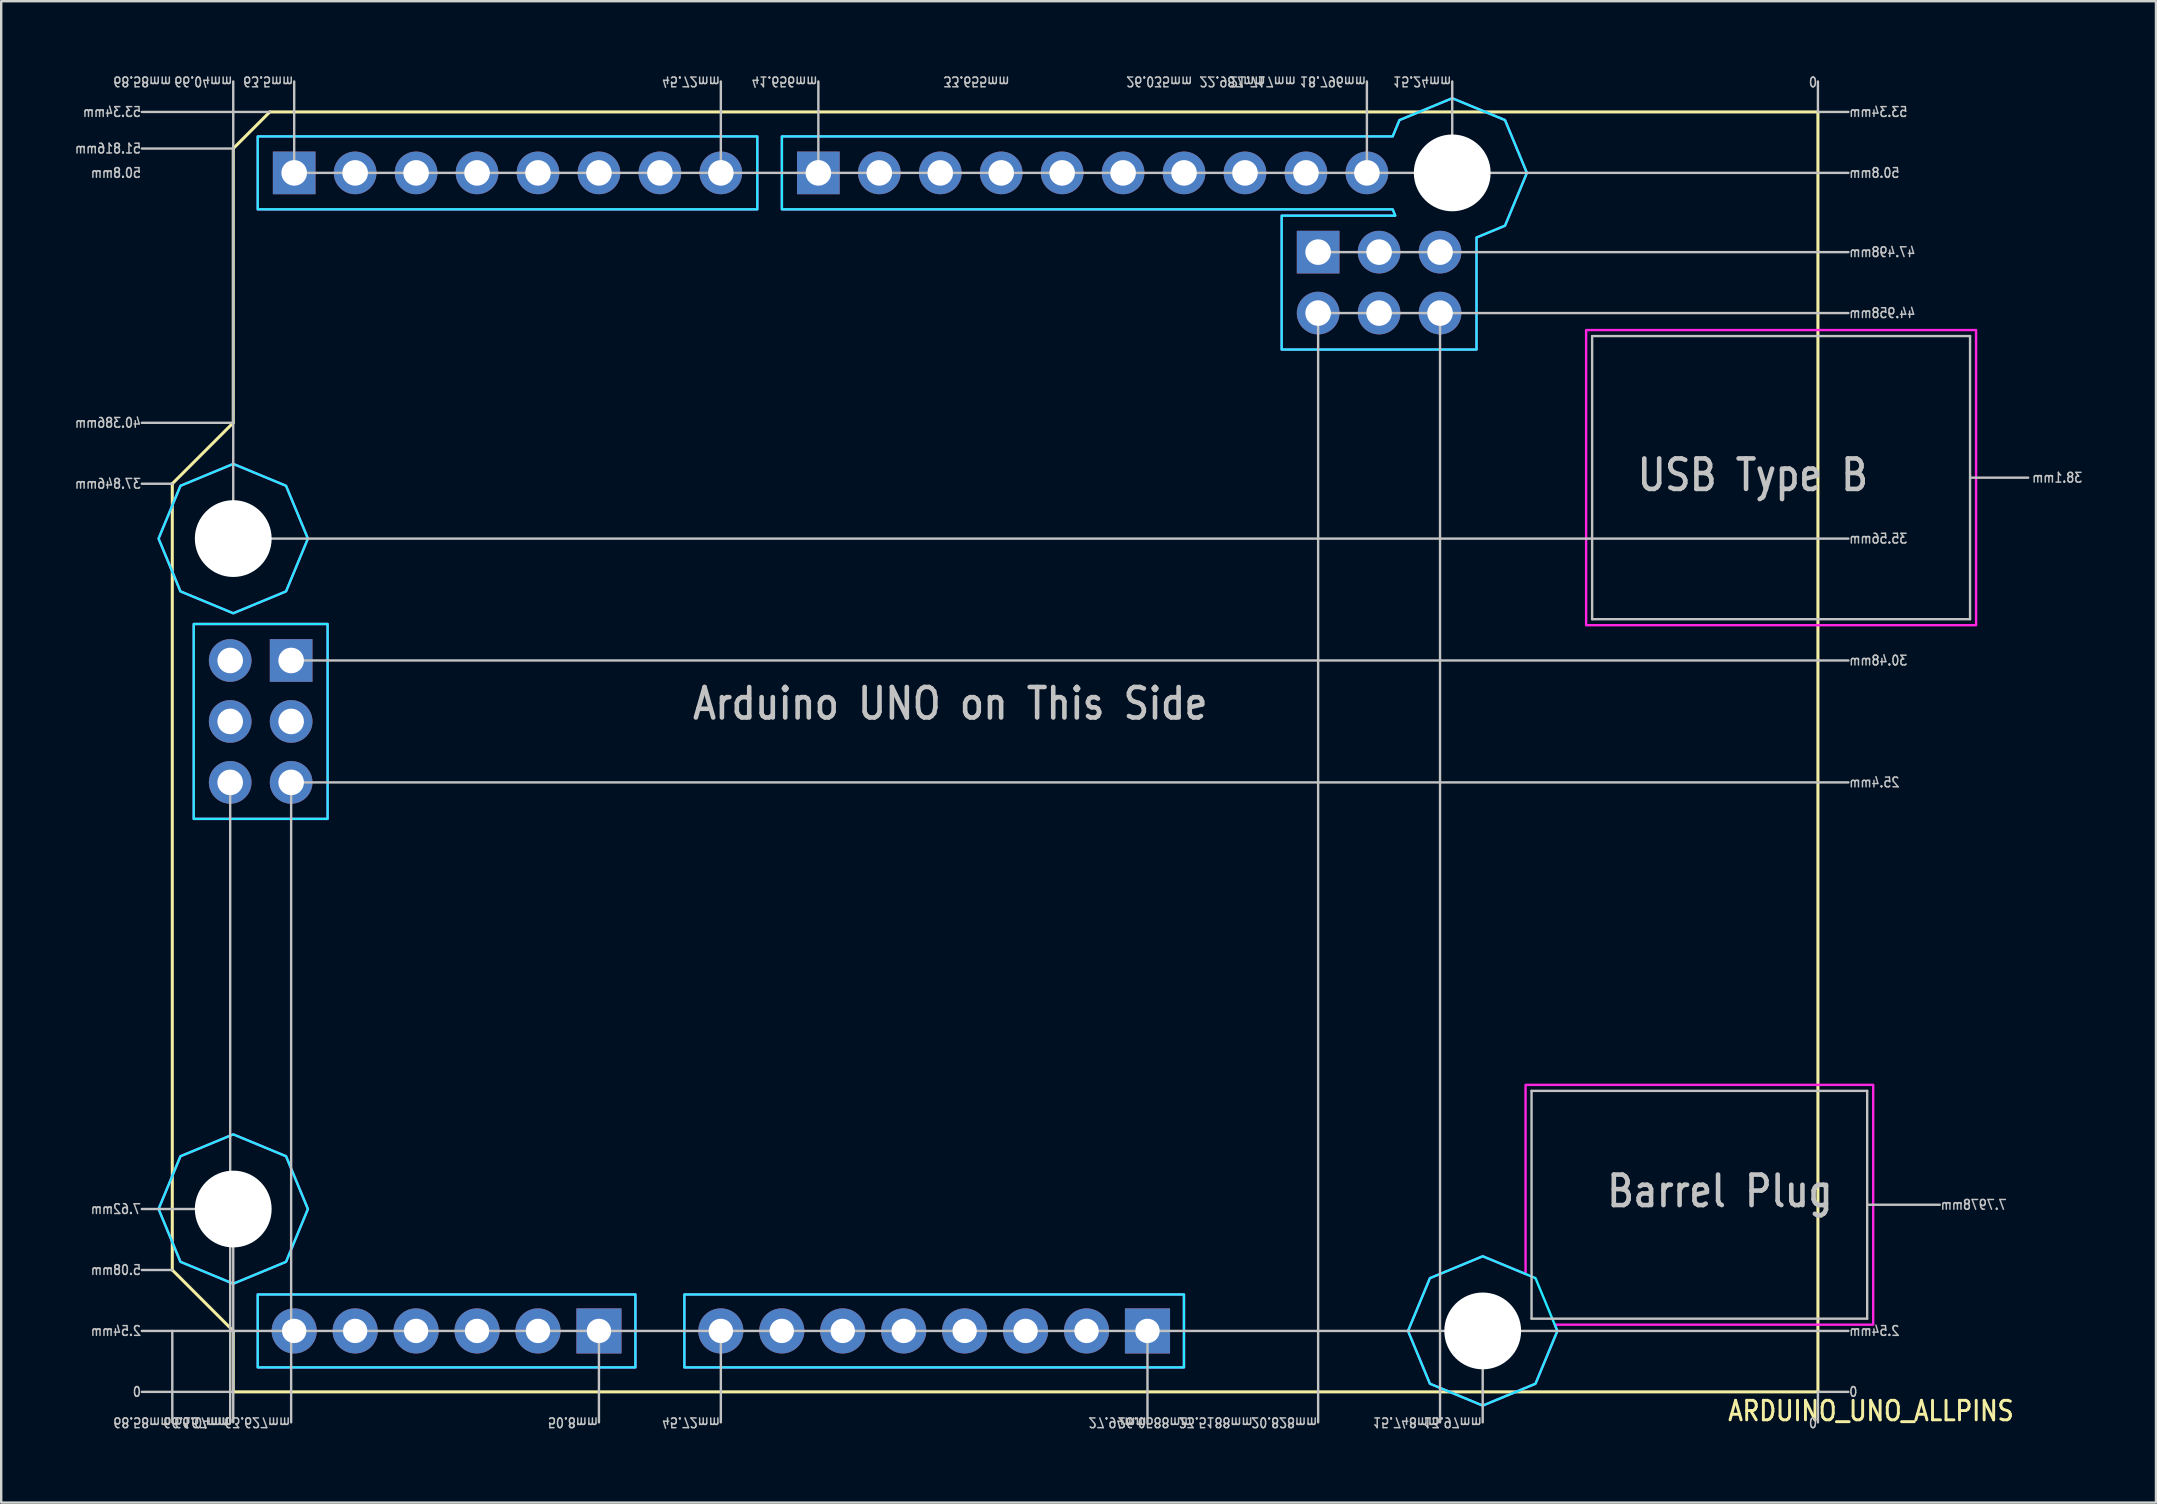
<source format=kicad_pcb>
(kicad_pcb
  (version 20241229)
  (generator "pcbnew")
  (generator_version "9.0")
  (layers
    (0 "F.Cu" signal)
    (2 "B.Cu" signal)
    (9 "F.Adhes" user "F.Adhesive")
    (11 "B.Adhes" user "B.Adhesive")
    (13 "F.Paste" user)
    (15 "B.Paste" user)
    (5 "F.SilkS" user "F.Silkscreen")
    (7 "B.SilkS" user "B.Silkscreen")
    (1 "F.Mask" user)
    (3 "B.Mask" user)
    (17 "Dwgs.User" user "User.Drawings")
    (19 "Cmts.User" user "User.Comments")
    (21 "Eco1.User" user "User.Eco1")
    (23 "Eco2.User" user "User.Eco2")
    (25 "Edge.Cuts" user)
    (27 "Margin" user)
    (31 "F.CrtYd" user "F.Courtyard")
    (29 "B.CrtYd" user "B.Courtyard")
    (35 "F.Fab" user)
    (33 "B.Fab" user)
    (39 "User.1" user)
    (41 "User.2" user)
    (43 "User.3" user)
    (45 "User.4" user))
  (footprint "ARDUINO_UNO_ALLPINS"
    (layer "F.Cu")
    (at 72.71 54.955)
    (property "Reference" "ARDUINO_UNO_ALLPINS" (at -3.81 1.27 0) (unlocked yes) (layer "F.SilkS") (effects (font (size 0.813 0.695) (thickness 0.122)) (justify left bottom)))
    (fp_circle (center -66.04 -35.56) (end -63.19 -35.56) (stroke (width 0) (type solid)) (fill yes) (layer "F.Mask"))
    (fp_circle (center -66.04 -35.56) (end -63.19 -35.56) (stroke (width 0) (type solid)) (fill yes) (layer "F.Mask"))
    (fp_circle (center -66.04 -7.62) (end -63.19 -7.62) (stroke (width 0) (type solid)) (fill yes) (layer "F.Mask"))
    (fp_circle (center -66.04 -7.62) (end -63.19 -7.62) (stroke (width 0) (type solid)) (fill yes) (layer "F.Mask"))
    (fp_circle (center -15.24 -50.8) (end -12.39 -50.8) (stroke (width 0) (type solid)) (fill yes) (layer "F.Mask"))
    (fp_circle (center -15.24 -50.8) (end -12.39 -50.8) (stroke (width 0) (type solid)) (fill yes) (layer "F.Mask"))
    (fp_circle (center -13.97 -2.54) (end -11.12 -2.54) (stroke (width 0) (type solid)) (fill yes) (layer "F.Mask"))
    (fp_circle (center -13.97 -2.54) (end -11.12 -2.54) (stroke (width 0) (type solid)) (fill yes) (layer "F.Mask"))
    (fp_circle (center -66.04 -35.56) (end -63.19 -35.56) (stroke (width 0) (type solid)) (fill yes) (layer "B.Mask"))
    (fp_circle (center -66.04 -7.62) (end -63.19 -7.62) (stroke (width 0) (type solid)) (fill yes) (layer "B.Mask"))
    (fp_circle (center -15.24 -50.8) (end -12.39 -50.8) (stroke (width 0) (type solid)) (fill yes) (layer "B.Mask"))
    (fp_circle (center -13.97 -2.54) (end -11.12 -2.54) (stroke (width 0) (type solid)) (fill yes) (layer "B.Mask"))
    (fp_line (start -68.58 -37.846) (end -68.58 -5.08) (stroke (width 0.127) (type solid)) (layer "F.SilkS"))
    (fp_line (start -68.58 -5.08) (end -66.04 -2.54) (stroke (width 0.127) (type solid)) (layer "F.SilkS"))
    (fp_line (start -66.04 -51.816) (end -66.04 -40.386) (stroke (width 0.127) (type solid)) (layer "F.SilkS"))
    (fp_line (start -66.04 -40.386) (end -68.58 -37.846) (stroke (width 0.127) (type solid)) (layer "F.SilkS"))
    (fp_line (start -66.04 -2.54) (end -66.04 0) (stroke (width 0.127) (type solid)) (layer "F.SilkS"))
    (fp_line (start -66.04 0) (end 0 0) (stroke (width 0.127) (type solid)) (layer "F.SilkS"))
    (fp_line (start -64.516 -53.34) (end -66.04 -51.816) (stroke (width 0.127) (type solid)) (layer "F.SilkS"))
    (fp_line (start 0 -53.34) (end -64.516 -53.34) (stroke (width 0.127) (type solid)) (layer "F.SilkS"))
    (fp_line (start 0 0) (end 0 -53.34) (stroke (width 0.127) (type solid)) (layer "F.SilkS"))
    (fp_line (start -68.58 -37.846) (end -69.85 -37.846) (stroke (width 0.1) (type solid)) (layer "Dwgs.User"))
    (fp_line (start -68.58 -5.08) (end -69.85 -5.08) (stroke (width 0.1) (type solid)) (layer "Dwgs.User"))
    (fp_line (start -68.58 -2.54) (end -68.58 1.27) (stroke (width 0.1) (type solid)) (layer "Dwgs.User"))
    (fp_line (start -66.167 -25.4) (end -66.167 1.27) (stroke (width 0.1) (type solid)) (layer "Dwgs.User"))
    (fp_line (start -66.04 -51.816) (end -69.85 -51.816) (stroke (width 0.1) (type solid)) (layer "Dwgs.User"))
    (fp_line (start -66.04 -40.386) (end -69.85 -40.386) (stroke (width 0.1) (type solid)) (layer "Dwgs.User"))
    (fp_line (start -66.04 -35.56) (end -66.04 -54.61) (stroke (width 0.1) (type solid)) (layer "Dwgs.User"))
    (fp_line (start -66.04 -35.56) (end 1.27 -35.56) (stroke (width 0.1) (type solid)) (layer "Dwgs.User"))
    (fp_line (start -66.04 -7.62) (end -69.85 -7.62) (stroke (width 0.1) (type solid)) (layer "Dwgs.User"))
    (fp_line (start -66.04 0) (end -69.85 0) (stroke (width 0.1) (type solid)) (layer "Dwgs.User"))
    (fp_line (start -66.04 1.27) (end -66.04 -7.62) (stroke (width 0.1) (type solid)) (layer "Dwgs.User"))
    (fp_line (start -64.516 -53.34) (end -69.85 -53.34) (stroke (width 0.1) (type solid)) (layer "Dwgs.User"))
    (fp_line (start -63.627 -25.4) (end -63.627 1.27) (stroke (width 0.1) (type solid)) (layer "Dwgs.User"))
    (fp_line (start -63.627 -25.4) (end 1.27 -25.4) (stroke (width 0.1) (type solid)) (layer "Dwgs.User"))
    (fp_line (start -63.5 -50.8) (end -63.5 -54.61) (stroke (width 0.1) (type solid)) (layer "Dwgs.User"))
    (fp_line (start -63.5 -50.8) (end -45.72 -50.8) (stroke (width 0.1) (type solid)) (layer "Dwgs.User"))
    (fp_line (start -63.5 -30.48) (end 1.27 -30.48) (stroke (width 0.1) (type solid)) (layer "Dwgs.User"))
    (fp_line (start -50.8 -2.54) (end -50.8 1.27) (stroke (width 0.1) (type solid)) (layer "Dwgs.User"))
    (fp_line (start -45.72 -50.8) (end -45.72 -54.61) (stroke (width 0.1) (type solid)) (layer "Dwgs.User"))
    (fp_line (start -45.72 -50.8) (end -41.656 -50.8) (stroke (width 0.1) (type solid)) (layer "Dwgs.User"))
    (fp_line (start -45.72 -2.54) (end -45.72 1.27) (stroke (width 0.1) (type solid)) (layer "Dwgs.User"))
    (fp_line (start -41.656 -50.8) (end -41.656 -54.61) (stroke (width 0.1) (type solid)) (layer "Dwgs.User"))
    (fp_line (start -41.656 -50.8) (end -18.796 -50.8) (stroke (width 0.1) (type solid)) (layer "Dwgs.User"))
    (fp_line (start -27.94 -2.54) (end -27.94 1.27) (stroke (width 0.1) (type solid)) (layer "Dwgs.User"))
    (fp_line (start -20.828 -47.498) (end 1.27 -47.498) (stroke (width 0.1) (type solid)) (layer "Dwgs.User"))
    (fp_line (start -20.828 -44.958) (end -20.828 1.27) (stroke (width 0.1) (type solid)) (layer "Dwgs.User"))
    (fp_line (start -20.828 -44.958) (end -15.748 -44.958) (stroke (width 0.1) (type solid)) (layer "Dwgs.User"))
    (fp_line (start -18.796 -50.8) (end -18.796 -54.61) (stroke (width 0.1) (type solid)) (layer "Dwgs.User"))
    (fp_line (start -18.796 -50.8) (end -15.24 -50.8) (stroke (width 0.1) (type solid)) (layer "Dwgs.User"))
    (fp_line (start -15.748 -44.958) (end -15.748 1.27) (stroke (width 0.1) (type solid)) (layer "Dwgs.User"))
    (fp_line (start -15.748 -44.958) (end 1.27 -44.958) (stroke (width 0.1) (type solid)) (layer "Dwgs.User"))
    (fp_line (start -15.24 -50.8) (end -15.24 -54.61) (stroke (width 0.1) (type solid)) (layer "Dwgs.User"))
    (fp_line (start -15.24 -50.8) (end 1.27 -50.8) (stroke (width 0.1) (type solid)) (layer "Dwgs.User"))
    (fp_line (start -13.97 -2.54) (end -69.85 -2.54) (stroke (width 0.1) (type solid)) (layer "Dwgs.User"))
    (fp_line (start -13.97 -2.54) (end -13.97 1.27) (stroke (width 0.1) (type solid)) (layer "Dwgs.User"))
    (fp_line (start -13.97 -2.54) (end 1.27 -2.54) (stroke (width 0.1) (type solid)) (layer "Dwgs.User"))
    (fp_line (start -11.934 -12.544) (end -11.934 -3.052) (stroke (width 0.1) (type solid)) (layer "Dwgs.User"))
    (fp_line (start -11.934 -3.052) (end 2.053 -3.052) (stroke (width 0.1) (type solid)) (layer "Dwgs.User"))
    (fp_line (start -9.41 -44) (end 6.34 -44) (stroke (width 0.1) (type solid)) (layer "Dwgs.User"))
    (fp_line (start -9.41 -32.2) (end -9.41 -44) (stroke (width 0.1) (type solid)) (layer "Dwgs.User"))
    (fp_line (start 0 -53.34) (end 0 -54.61) (stroke (width 0.1) (type solid)) (layer "Dwgs.User"))
    (fp_line (start 0 -53.34) (end 1.27 -53.34) (stroke (width 0.1) (type solid)) (layer "Dwgs.User"))
    (fp_line (start 0 0) (end 0 1.27) (stroke (width 0.1) (type solid)) (layer "Dwgs.User"))
    (fp_line (start 0 0) (end 1.27 0) (stroke (width 0.1) (type solid)) (layer "Dwgs.User"))
    (fp_line (start 2.053 -12.544) (end -11.934 -12.544) (stroke (width 0.1) (type solid)) (layer "Dwgs.User"))
    (fp_line (start 2.053 -7.798) (end 5.08 -7.798) (stroke (width 0.1) (type solid)) (layer "Dwgs.User"))
    (fp_line (start 2.053 -3.052) (end 2.053 -12.544) (stroke (width 0.1) (type solid)) (layer "Dwgs.User"))
    (fp_line (start 6.34 -44) (end 6.34 -32.2) (stroke (width 0.1) (type solid)) (layer "Dwgs.User"))
    (fp_line (start 6.34 -32.2) (end -9.41 -32.2) (stroke (width 0.1) (type solid)) (layer "Dwgs.User"))
    (fp_line (start 6.35 -38.1) (end 8.763 -38.1) (stroke (width 0.1) (type solid)) (layer "Dwgs.User"))
    (fp_poly (pts (xy -62.107 -32) (xy -67.687 -32) (xy -67.687 -23.88) (xy -62.107 -23.88)) (stroke (width 0.1) (type solid)) (fill no) (layer "B.CrtYd"))
    (fp_poly (pts (xy -49.28 -4.06) (xy -65.02 -4.06) (xy -65.02 -1.02) (xy -49.28 -1.02)) (stroke (width 0.1) (type solid)) (fill no) (layer "B.CrtYd"))
    (fp_poly (pts (xy -44.2 -52.32) (xy -65.02 -52.32) (xy -65.02 -49.28) (xy -44.2 -49.28)) (stroke (width 0.1) (type solid)) (fill no) (layer "B.CrtYd"))
    (fp_poly (pts (xy -26.42 -4.06) (xy -47.24 -4.06) (xy -47.24 -1.02) (xy -26.42 -1.02)) (stroke (width 0.1) (type solid)) (fill no) (layer "B.CrtYd"))
    (fp_poly (pts (xy -69.152 -35.56) (xy -68.24 -37.76) (xy -66.04 -38.672) (xy -63.84 -37.76) (xy -62.928 -35.56) (xy -63.84 -33.36) (xy -66.04 -32.448) (xy -68.24 -33.36)) (stroke (width 0.1) (type solid)) (fill no) (layer "B.CrtYd"))
    (fp_poly (pts (xy -69.152 -7.62) (xy -68.24 -9.82) (xy -66.04 -10.732) (xy -63.84 -9.82) (xy -62.928 -7.62) (xy -63.84 -5.42) (xy -66.04 -4.508) (xy -68.24 -5.42)) (stroke (width 0.1) (type solid)) (fill no) (layer "B.CrtYd"))
    (fp_poly (pts (xy -17.082 -2.54) (xy -16.17 -4.74) (xy -13.97 -5.652) (xy -11.77 -4.74) (xy -10.858 -2.54) (xy -11.77 -0.34) (xy -13.97 0.572) (xy -16.17 -0.34)) (stroke (width 0.1) (type solid)) (fill no) (layer "B.CrtYd"))
    (fp_poly (pts (xy -17.722 -52.32) (xy -17.44 -53) (xy -15.24 -53.912) (xy -13.04 -53) (xy -12.128 -50.8) (xy -13.04 -48.6) (xy -14.228 -48.107) (xy -14.228 -43.438) (xy -22.348 -43.438) (xy -22.348 -49.018) (xy -17.614 -49.018) (xy -17.722 -49.28) (xy -43.176 -49.28) (xy -43.176 -52.32)) (stroke (width 0.1) (type solid)) (fill no) (layer "B.CrtYd"))
    (fp_poly (pts (xy -62.107 -32) (xy -67.687 -32) (xy -67.687 -23.88) (xy -62.107 -23.88)) (stroke (width 0.1) (type solid)) (fill no) (layer "F.CrtYd"))
    (fp_poly (pts (xy -49.28 -4.06) (xy -65.02 -4.06) (xy -65.02 -1.02) (xy -49.28 -1.02)) (stroke (width 0.1) (type solid)) (fill no) (layer "F.CrtYd"))
    (fp_poly (pts (xy -44.2 -52.32) (xy -65.02 -52.32) (xy -65.02 -49.28) (xy -44.2 -49.28)) (stroke (width 0.1) (type solid)) (fill no) (layer "F.CrtYd"))
    (fp_poly (pts (xy -26.42 -4.06) (xy -47.24 -4.06) (xy -47.24 -1.02) (xy -26.42 -1.02)) (stroke (width 0.1) (type solid)) (fill no) (layer "F.CrtYd"))
    (fp_poly (pts (xy 6.59 -44.25) (xy -9.66 -44.25) (xy -9.66 -31.95) (xy 6.59 -31.95)) (stroke (width 0.1) (type solid)) (fill no) (layer "F.CrtYd"))
    (fp_poly (pts (xy -69.152 -35.56) (xy -68.24 -37.76) (xy -66.04 -38.672) (xy -63.84 -37.76) (xy -62.928 -35.56) (xy -63.84 -33.36) (xy -66.04 -32.448) (xy -68.24 -33.36)) (stroke (width 0.1) (type solid)) (fill no) (layer "F.CrtYd"))
    (fp_poly (pts (xy -69.152 -7.62) (xy -68.24 -9.82) (xy -66.04 -10.732) (xy -63.84 -9.82) (xy -62.928 -7.62) (xy -63.84 -5.42) (xy -66.04 -4.508) (xy -68.24 -5.42)) (stroke (width 0.1) (type solid)) (fill no) (layer "F.CrtYd"))
    (fp_poly (pts (xy -17.082 -2.54) (xy -16.17 -4.74) (xy -13.97 -5.652) (xy -12.184 -4.912) (xy -12.184 -12.794) (xy 2.303 -12.794) (xy 2.303 -2.802) (xy -10.967 -2.802) (xy -10.858 -2.54) (xy -11.77 -0.34) (xy -13.97 0.572) (xy -16.17 -0.34)) (stroke (width 0.1) (type solid)) (fill no) (layer "F.CrtYd"))
    (fp_poly (pts (xy -17.722 -52.32) (xy -17.44 -53) (xy -15.24 -53.912) (xy -13.04 -53) (xy -12.128 -50.8) (xy -13.04 -48.6) (xy -14.228 -48.107) (xy -14.228 -43.438) (xy -22.348 -43.438) (xy -22.348 -49.018) (xy -17.614 -49.018) (xy -17.722 -49.28) (xy -43.176 -49.28) (xy -43.176 -52.32)) (stroke (width 0.1) (type solid)) (fill no) (layer "F.CrtYd"))
    (fp_text user "13.97mm" (at -13.97 1.27 180) (unlocked yes) (layer "Dwgs.User") (effects (font (size 0.406 0.347) (thickness 0.061)) (justify right mirror)))
    (fp_text user "41.656mm" (at -41.656 -54.61 180) (unlocked yes) (layer "Dwgs.User") (effects (font (size 0.406 0.347) (thickness 0.061)) (justify right mirror)))
    (fp_text user "26.035mm" (at -26.035 -54.61 180) (unlocked yes) (layer "Dwgs.User") (effects (font (size 0.406 0.347) (thickness 0.061)) (justify right mirror)))
    (fp_text user "66.167mm" (at -66.167 1.27 180) (unlocked yes) (layer "Dwgs.User") (effects (font (size 0.406 0.347) (thickness 0.061)) (justify right mirror)))
    (fp_text user "38.1mm" (at 8.89 -38.1 0) (unlocked yes) (layer "Dwgs.User") (effects (font (size 0.406 0.347) (thickness 0.061)) (justify right mirror)))
    (fp_text user "USB Type B" (at -7.62 -37.465 0) (unlocked yes) (layer "Dwgs.User") (effects (font (size 1.27 1.086) (thickness 0.191)) (justify left bottom)))
    (fp_text user "66.04mm" (at -66.04 -54.61 180) (unlocked yes) (layer "Dwgs.User") (effects (font (size 0.406 0.347) (thickness 0.061)) (justify right mirror)))
    (fp_text user "47.498mm" (at 1.27 -47.498 0) (unlocked yes) (layer "Dwgs.User") (effects (font (size 0.406 0.347) (thickness 0.061)) (justify right mirror)))
    (fp_text user "33.655mm" (at -33.655 -54.61 180) (unlocked yes) (layer "Dwgs.User") (effects (font (size 0.406 0.347) (thickness 0.061)) (justify right mirror)))
    (fp_text user "0" (at 0 -54.61 180) (unlocked yes) (layer "Dwgs.User") (effects (font (size 0.406 0.347) (thickness 0.061)) (justify right mirror)))
    (fp_text user "68.58mm" (at -68.58 1.27 180) (unlocked yes) (layer "Dwgs.User") (effects (font (size 0.406 0.347) (thickness 0.061)) (justify right mirror)))
    (fp_text user "45.72mm" (at -45.72 -54.61 180) (unlocked yes) (layer "Dwgs.User") (effects (font (size 0.406 0.347) (thickness 0.061)) (justify right mirror)))
    (fp_text user "Arduino UNO on This Side" (at -46.99 -27.94 0) (unlocked yes) (layer "Dwgs.User") (effects (font (size 1.27 1.086) (thickness 0.191)) (justify left bottom)))
    (fp_text user "50.8mm" (at 1.27 -50.8 0) (unlocked yes) (layer "Dwgs.User") (effects (font (size 0.406 0.347) (thickness 0.061)) (justify right mirror)))
    (fp_text user "22.987mm" (at -22.987 -54.61 180) (unlocked yes) (layer "Dwgs.User") (effects (font (size 0.406 0.347) (thickness 0.061)) (justify right mirror)))
    (fp_text user "23.5188mm" (at -23.519 1.27 180) (unlocked yes) (layer "Dwgs.User") (effects (font (size 0.406 0.347) (thickness 0.061)) (justify right mirror)))
    (fp_text user "51.816mm" (at -69.85 -51.816 0) (unlocked yes) (layer "Dwgs.User") (effects (font (size 0.406 0.347) (thickness 0.061)) (justify left mirror)))
    (fp_text user "40.386mm" (at -69.85 -40.386 0) (unlocked yes) (layer "Dwgs.User") (effects (font (size 0.406 0.347) (thickness 0.061)) (justify left mirror)))
    (fp_text user "26.0588mm" (at -26.059 1.27 180) (unlocked yes) (layer "Dwgs.User") (effects (font (size 0.406 0.347) (thickness 0.061)) (justify right mirror)))
    (fp_text user "18.796mm" (at -18.796 -54.61 180) (unlocked yes) (layer "Dwgs.User") (effects (font (size 0.406 0.347) (thickness 0.061)) (justify right mirror)))
    (fp_text user "7.62mm" (at -69.85 -7.62 0) (unlocked yes) (layer "Dwgs.User") (effects (font (size 0.406 0.347) (thickness 0.061)) (justify left mirror)))
    (fp_text user "5.08mm" (at -69.85 -5.08 0) (unlocked yes) (layer "Dwgs.User") (effects (font (size 0.406 0.347) (thickness 0.061)) (justify left mirror)))
    (fp_text user "0" (at 0 1.27 180) (unlocked yes) (layer "Dwgs.User") (effects (font (size 0.406 0.347) (thickness 0.061)) (justify right mirror)))
    (fp_text user "53.34mm" (at 1.27 -53.34 0) (unlocked yes) (layer "Dwgs.User") (effects (font (size 0.406 0.347) (thickness 0.061)) (justify right mirror)))
    (fp_text user "66.04mm" (at -66.04 1.27 180) (unlocked yes) (layer "Dwgs.User") (effects (font (size 0.406 0.347) (thickness 0.061)) (justify right mirror)))
    (fp_text user "68.58mm" (at -68.58 -54.61 180) (unlocked yes) (layer "Dwgs.User") (effects (font (size 0.406 0.347) (thickness 0.061)) (justify right mirror)))
    (fp_text user "27.94mm" (at -27.94 1.27 180) (unlocked yes) (layer "Dwgs.User") (effects (font (size 0.406 0.347) (thickness 0.061)) (justify right mirror)))
    (fp_text user "7.7978mm" (at 5.08 -7.798 0) (unlocked yes) (layer "Dwgs.User") (effects (font (size 0.406 0.347) (thickness 0.061)) (justify right mirror)))
    (fp_text user "45.72mm" (at -45.72 1.27 180) (unlocked yes) (layer "Dwgs.User") (effects (font (size 0.406 0.347) (thickness 0.061)) (justify right mirror)))
    (fp_text user "35.56mm" (at 1.27 -35.56 0) (unlocked yes) (layer "Dwgs.User") (effects (font (size 0.406 0.347) (thickness 0.061)) (justify right mirror)))
    (fp_text user "44.958mm" (at 1.27 -44.958 0) (unlocked yes) (layer "Dwgs.User") (effects (font (size 0.406 0.347) (thickness 0.061)) (justify right mirror)))
    (fp_text user "2.54mm" (at -69.85 -2.54 0) (unlocked yes) (layer "Dwgs.User") (effects (font (size 0.406 0.347) (thickness 0.061)) (justify left mirror)))
    (fp_text user "Barrel Plug" (at -8.89 -7.62 0) (unlocked yes) (layer "Dwgs.User") (effects (font (size 1.27 1.086) (thickness 0.191)) (justify left bottom)))
    (fp_text user "63.5mm" (at -63.5 -54.61 180) (unlocked yes) (layer "Dwgs.User") (effects (font (size 0.406 0.347) (thickness 0.061)) (justify right mirror)))
    (fp_text user "50.8mm" (at -50.8 1.27 180) (unlocked yes) (layer "Dwgs.User") (effects (font (size 0.406 0.347) (thickness 0.061)) (justify right mirror)))
    (fp_text user "21.717mm" (at -21.717 -54.61 180) (unlocked yes) (layer "Dwgs.User") (effects (font (size 0.406 0.347) (thickness 0.061)) (justify right mirror)))
    (fp_text user "2.54mm" (at 1.27 -2.54 0) (unlocked yes) (layer "Dwgs.User") (effects (font (size 0.406 0.347) (thickness 0.061)) (justify right mirror)))
    (fp_text user "37.846mm" (at -69.85 -37.846 0) (unlocked yes) (layer "Dwgs.User") (effects (font (size 0.406 0.347) (thickness 0.061)) (justify left mirror)))
    (fp_text user "15.24mm" (at -15.24 -54.61 180) (unlocked yes) (layer "Dwgs.User") (effects (font (size 0.406 0.347) (thickness 0.061)) (justify right mirror)))
    (fp_text user "20.828mm" (at -20.828 1.27 180) (unlocked yes) (layer "Dwgs.User") (effects (font (size 0.406 0.347) (thickness 0.061)) (justify right mirror)))
    (fp_text user "15.748mm" (at -15.748 1.27 180) (unlocked yes) (layer "Dwgs.User") (effects (font (size 0.406 0.347) (thickness 0.061)) (justify right mirror)))
    (fp_text user "0" (at -69.85 0 0) (unlocked yes) (layer "Dwgs.User") (effects (font (size 0.406 0.347) (thickness 0.061)) (justify left mirror)))
    (fp_text user "30.48mm" (at 1.27 -30.48 0) (unlocked yes) (layer "Dwgs.User") (effects (font (size 0.406 0.347) (thickness 0.061)) (justify right mirror)))
    (fp_text user "50.8mm" (at -69.85 -50.8 0) (unlocked yes) (layer "Dwgs.User") (effects (font (size 0.406 0.347) (thickness 0.061)) (justify left mirror)))
    (fp_text user "25.4mm" (at 1.27 -25.4 0) (unlocked yes) (layer "Dwgs.User") (effects (font (size 0.406 0.347) (thickness 0.061)) (justify right mirror)))
    (fp_text user "53.34mm" (at -69.85 -53.34 0) (unlocked yes) (layer "Dwgs.User") (effects (font (size 0.406 0.347) (thickness 0.061)) (justify left mirror)))
    (fp_text user "63.627mm" (at -63.627 1.27 180) (unlocked yes) (layer "Dwgs.User") (effects (font (size 0.406 0.347) (thickness 0.061)) (justify right mirror)))
    (fp_text user "0" (at 1.27 0 0) (unlocked yes) (layer "Dwgs.User") (effects (font (size 0.406 0.347) (thickness 0.061)) (justify right mirror)))
    (pad "" np_thru_hole circle (at -66.04 -35.56) (size 3.2 3.2) (drill 3.2) (layers "*.Cu" "*.Mask"))
    (pad "" np_thru_hole circle (at -66.04 -7.62) (size 3.2 3.2) (drill 3.2) (layers "*.Cu" "*.Mask"))
    (pad "" np_thru_hole circle (at -15.24 -50.8) (size 3.2 3.2) (drill 3.2) (layers "*.Cu" "*.Mask"))
    (pad "" np_thru_hole circle (at -13.97 -2.54) (size 3.2 3.2) (drill 3.2) (layers "*.Cu" "*.Mask"))
    (pad "0" thru_hole rect (at -63.5 -50.8 270) (size 1.778 1.778) (drill 1.067) (layers "*.Cu" "*.Mask"))
    (pad "1" thru_hole oval (at -60.96 -50.8 270) (size 1.778 1.778) (drill 1.067) (layers "*.Cu" "*.Mask"))
    (pad "2" thru_hole oval (at -58.42 -50.8 270) (size 1.778 1.778) (drill 1.067) (layers "*.Cu" "*.Mask"))
    (pad "3" thru_hole oval (at -55.88 -50.8 270) (size 1.778 1.778) (drill 1.067) (layers "*.Cu" "*.Mask"))
    (pad "3V3" thru_hole oval (at -35.56 -2.54 90) (size 1.88 1.88) (drill 1.016) (layers "*.Cu" "*.Mask"))
    (pad "4" thru_hole oval (at -53.34 -50.8 270) (size 1.778 1.778) (drill 1.067) (layers "*.Cu" "*.Mask"))
    (pad "5" thru_hole oval (at -50.8 -50.8 270) (size 1.778 1.778) (drill 1.067) (layers "*.Cu" "*.Mask"))
    (pad "5V0" thru_hole oval (at -38.1 -2.54 90) (size 1.88 1.88) (drill 1.016) (layers "*.Cu" "*.Mask"))
    (pad "5V_1" thru_hole oval (at -20.828 -44.958 270) (size 1.778 1.778) (drill 1.067) (layers "*.Cu" "*.Mask"))
    (pad "5V_2" thru_hole oval (at -66.167 -30.48 180) (size 1.778 1.778) (drill 1.067) (layers "*.Cu" "*.Mask"))
    (pad "6" thru_hole oval (at -48.26 -50.8 270) (size 1.778 1.778) (drill 1.067) (layers "*.Cu" "*.Mask"))
    (pad "7" thru_hole oval (at -45.72 -50.8 270) (size 1.778 1.778) (drill 1.067) (layers "*.Cu" "*.Mask"))
    (pad "8" thru_hole rect (at -41.656 -50.8 270) (size 1.778 1.778) (drill 1.067) (layers "*.Cu" "*.Mask"))
    (pad "9" thru_hole oval (at -39.116 -50.8 270) (size 1.778 1.778) (drill 1.067) (layers "*.Cu" "*.Mask"))
    (pad "10" thru_hole oval (at -36.576 -50.8 270) (size 1.778 1.778) (drill 1.067) (layers "*.Cu" "*.Mask"))
    (pad "11" thru_hole oval (at -34.036 -50.8 270) (size 1.778 1.778) (drill 1.067) (layers "*.Cu" "*.Mask"))
    (pad "12" thru_hole oval (at -31.496 -50.8 270) (size 1.778 1.778) (drill 1.067) (layers "*.Cu" "*.Mask"))
    (pad "13" thru_hole oval (at -28.956 -50.8 270) (size 1.778 1.778) (drill 1.067) (layers "*.Cu" "*.Mask"))
    (pad "A0" thru_hole rect (at -50.8 -2.54 90) (size 1.88 1.88) (drill 1.016) (layers "*.Cu" "*.Mask"))
    (pad "A1" thru_hole oval (at -53.34 -2.54 90) (size 1.88 1.88) (drill 1.016) (layers "*.Cu" "*.Mask"))
    (pad "A2" thru_hole oval (at -55.88 -2.54 90) (size 1.88 1.88) (drill 1.016) (layers "*.Cu" "*.Mask"))
    (pad "A3" thru_hole oval (at -58.42 -2.54 90) (size 1.88 1.88) (drill 1.016) (layers "*.Cu" "*.Mask"))
    (pad "A4" thru_hole oval (at -60.96 -2.54 90) (size 1.88 1.88) (drill 1.016) (layers "*.Cu" "*.Mask"))
    (pad "A5" thru_hole oval (at -63.5 -2.54 90) (size 1.88 1.88) (drill 1.016) (layers "*.Cu" "*.Mask"))
    (pad "AREF" thru_hole oval (at -23.876 -50.8 270) (size 1.778 1.778) (drill 1.067) (layers "*.Cu" "*.Mask"))
    (pad "GND" thru_hole oval (at -40.64 -2.54 90) (size 1.88 1.88) (drill 1.016) (layers "*.Cu" "*.Mask"))
    (pad "GND_1" thru_hole oval (at -43.18 -2.54 90) (size 1.88 1.88) (drill 1.016) (layers "*.Cu" "*.Mask"))
    (pad "GND_2" thru_hole oval (at -15.748 -44.958 270) (size 1.778 1.778) (drill 1.067) (layers "*.Cu" "*.Mask"))
    (pad "GND_4" thru_hole oval (at -26.416 -50.8 270) (size 1.778 1.778) (drill 1.067) (layers "*.Cu" "*.Mask"))
    (pad "GND_5" thru_hole oval (at -66.167 -25.4 180) (size 1.778 1.778) (drill 1.067) (layers "*.Cu" "*.Mask"))
    (pad "IOREF" thru_hole oval (at -30.48 -2.54 90) (size 1.88 1.88) (drill 1.016) (layers "*.Cu" "*.Mask"))
    (pad "MASTER_RESET_SPI" thru_hole oval (at -63.627 -25.4 180) (size 1.778 1.778) (drill 1.067) (layers "*.Cu" "*.Mask"))
    (pad "MISO" thru_hole rect (at -63.627 -30.48 180) (size 1.778 1.778) (drill 1.067) (layers "*.Cu" "*.Mask"))
    (pad "MISO2" thru_hole rect (at -20.828 -47.498 270) (size 1.778 1.778) (drill 1.067) (layers "*.Cu" "*.Mask"))
    (pad "MOSI" thru_hole oval (at -66.167 -27.94 180) (size 1.778 1.778) (drill 1.067) (layers "*.Cu" "*.Mask"))
    (pad "MOSI2" thru_hole oval (at -18.288 -44.958 270) (size 1.778 1.778) (drill 1.067) (layers "*.Cu" "*.Mask"))
    (pad "NC_2" thru_hole rect (at -27.94 -2.54 90) (size 1.88 1.88) (drill 1.016) (layers "*.Cu" "*.Mask"))
    (pad "RESET" thru_hole oval (at -33.02 -2.54 90) (size 1.88 1.88) (drill 1.016) (layers "*.Cu" "*.Mask"))
    (pad "RESET2" thru_hole oval (at -15.748 -47.498 270) (size 1.778 1.778) (drill 1.067) (layers "*.Cu" "*.Mask"))
    (pad "SCL" thru_hole oval (at -18.796 -50.8 270) (size 1.778 1.778) (drill 1.067) (layers "*.Cu" "*.Mask"))
    (pad "SDA" thru_hole oval (at -21.336 -50.8 270) (size 1.778 1.778) (drill 1.067) (layers "*.Cu" "*.Mask"))
    (pad "SPCK" thru_hole oval (at -63.627 -27.94 180) (size 1.778 1.778) (drill 1.067) (layers "*.Cu" "*.Mask"))
    (pad "SPCK2" thru_hole oval (at -18.288 -47.498 270) (size 1.778 1.778) (drill 1.067) (layers "*.Cu" "*.Mask"))
    (pad "VIN" thru_hole oval (at -45.72 -2.54 90) (size 1.88 1.88) (drill 1.016) (layers "*.Cu" "*.Mask")))
  (gr_rect
    (start -3 -3)
    (end 86.798 59.569)
    (stroke (width 0.1) (type default))
    (fill no)
    (layer "Edge.Cuts")))
</source>
